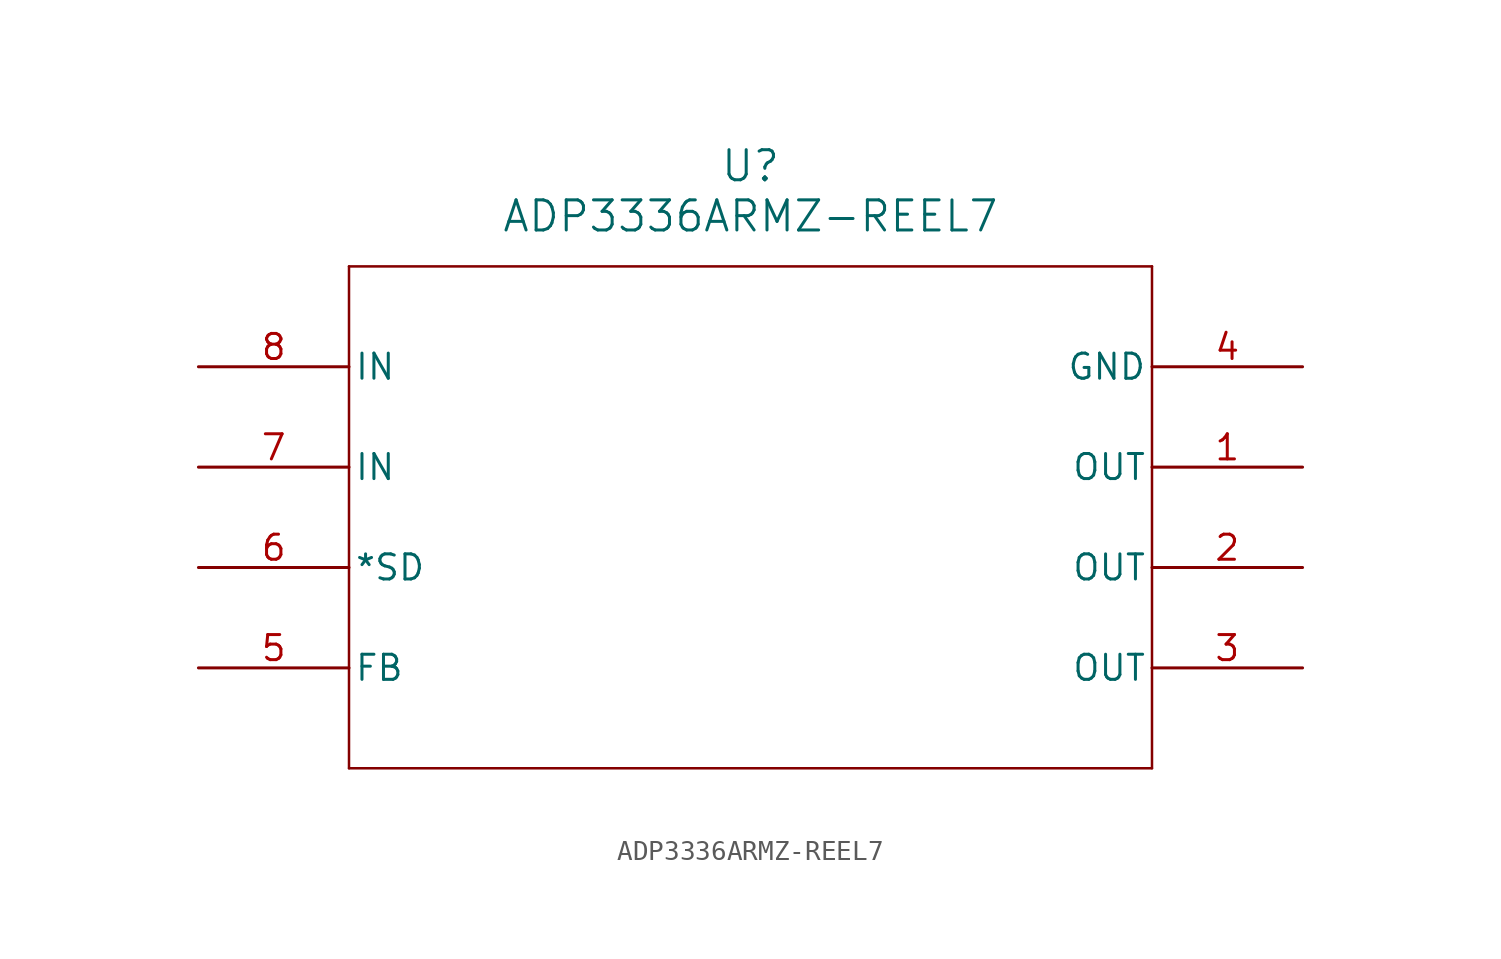
<source format=kicad_sym>
(kicad_symbol_lib
  (version 20211014)
  (generator kicad_symbol_editor)
  (symbol "ADP3336ARMZ-REEL7"
    (pin_names
      (offset 0.254))
    (property "Reference" "U"
      (at 27.94 10.16 0)
      (effects (font (size 1.524 1.524))))
    (property "Value" "ADP3336ARMZ-REEL7"
      (at 27.94 7.62 0)
      (effects (font (size 1.524 1.524))))
    (symbol "ADP3336ARMZ-REEL7_0_1"
      (polyline (pts (xy 7.62 5.08) (xy 7.62 -20.32)) (stroke (width 0.127) (type default) (color 0 0 0 0)) (fill (type none)))
      (polyline (pts (xy 7.62 -20.32) (xy 48.26 -20.32)) (stroke (width 0.127) (type default) (color 0 0 0 0)) (fill (type none)))
      (polyline (pts (xy 48.26 -20.32) (xy 48.26 5.08)) (stroke (width 0.127) (type default) (color 0 0 0 0)) (fill (type none)))
      (polyline (pts (xy 48.26 5.08) (xy 7.62 5.08)) (stroke (width 0.127) (type default) (color 0 0 0 0)) (fill (type none)))
      (pin unspecified line (at 0 -10.16 0) (length 7.62) (name "*SD" (effects (font (size 1.27 1.27)))) (number "6" (effects (font (size 1.27 1.27)))))
      (pin unspecified line (at 0 -15.24 0) (length 7.62) (name "FB" (effects (font (size 1.27 1.27)))) (number "5" (effects (font (size 1.27 1.27)))))
      (pin unspecified line (at 55.88 0 180) (length 7.62) (name "GND" (effects (font (size 1.27 1.27)))) (number "4" (effects (font (size 1.27 1.27)))))
      (pin unspecified line (at 0 -5.08 0) (length 7.62) (name "IN" (effects (font (size 1.27 1.27)))) (number "7" (effects (font (size 1.27 1.27)))))
      (pin unspecified line (at 0 0 0) (length 7.62) (name "IN" (effects (font (size 1.27 1.27)))) (number "8" (effects (font (size 1.27 1.27)))))
      (pin unspecified line (at 55.88 -5.08 180) (length 7.62) (name "OUT" (effects (font (size 1.27 1.27)))) (number "1" (effects (font (size 1.27 1.27)))))
      (pin unspecified line (at 55.88 -10.16 180) (length 7.62) (name "OUT" (effects (font (size 1.27 1.27)))) (number "2" (effects (font (size 1.27 1.27)))))
      (pin unspecified line (at 55.88 -15.24 180) (length 7.62) (name "OUT" (effects (font (size 1.27 1.27)))) (number "3" (effects (font (size 1.27 1.27))))))))
</source>
